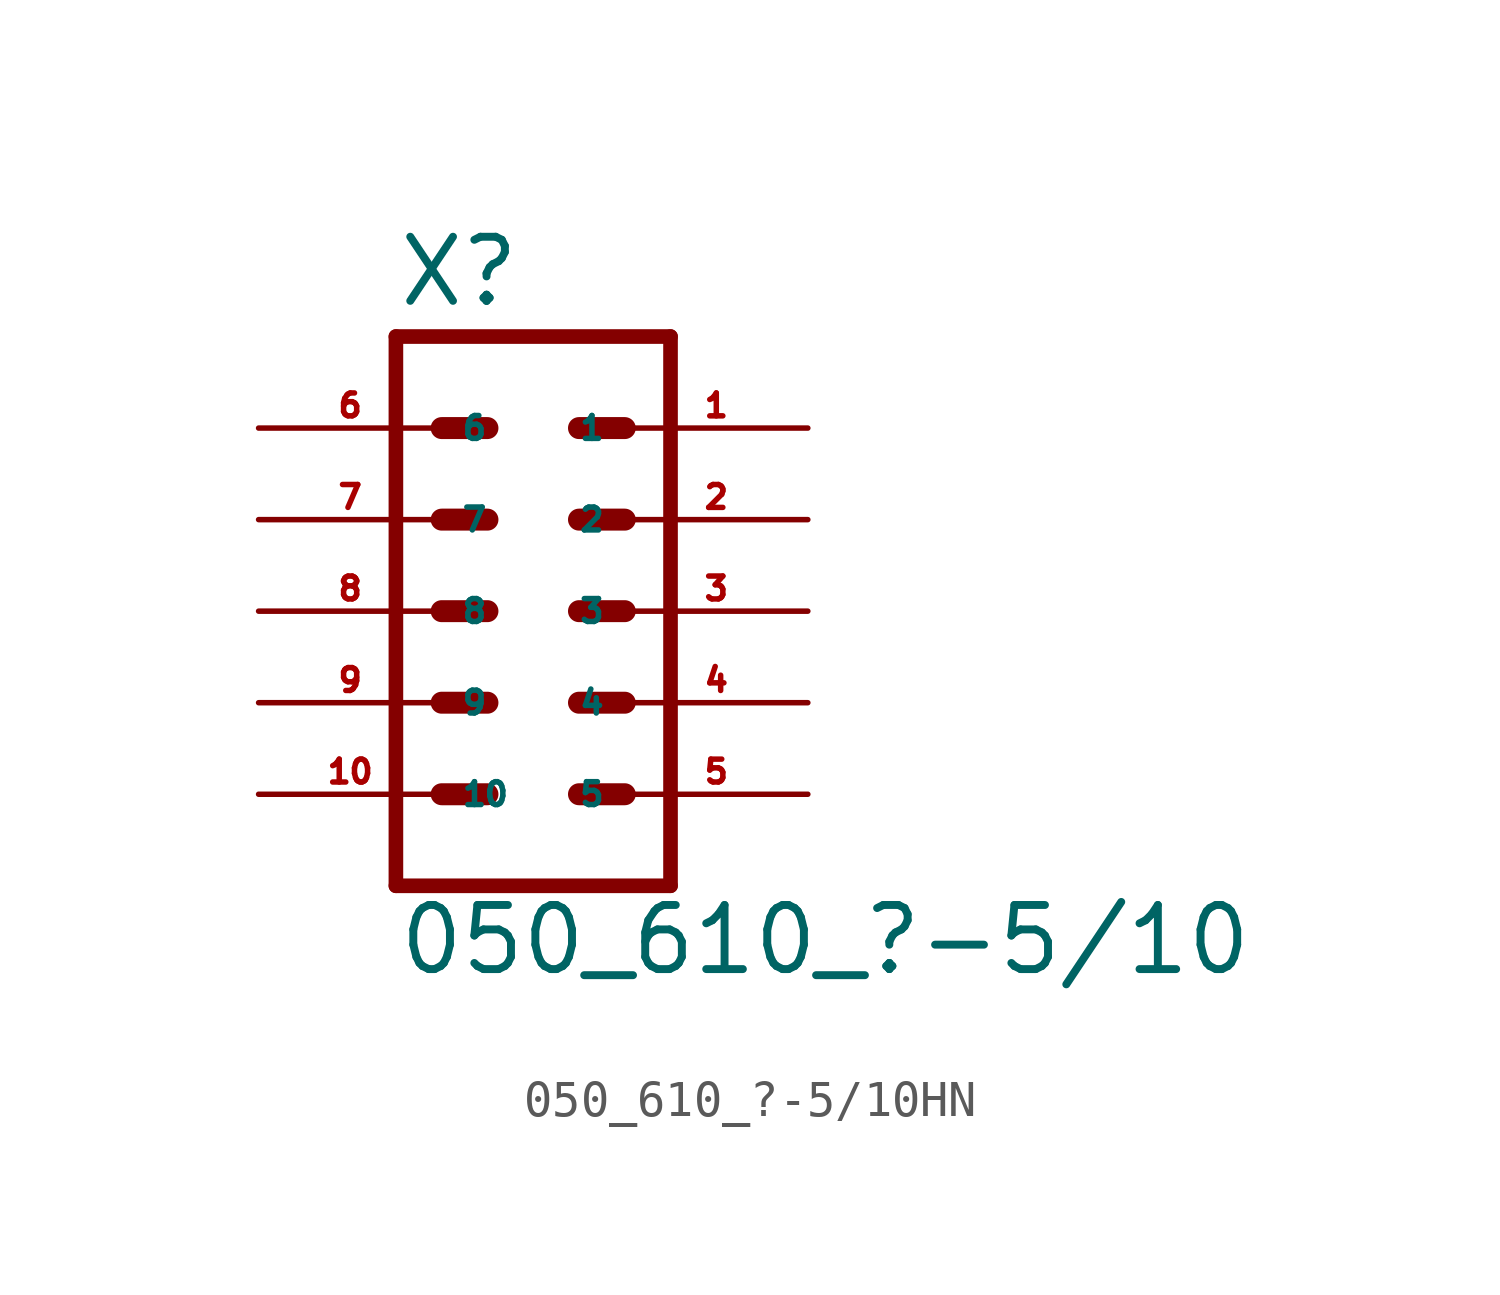
<source format=kicad_sym>
(kicad_symbol_lib
  (version 20220914)
  (generator Eagle2Kicad)
  (symbol "050_610_?-5/10HN"
    (property "Reference" "X"
      (at -3.81 8.382 0)
      (effects (font (size 1.778 1.778) (thickness 0.22)) (justify left bottom)))
    (property "Value" "050_610_?-5/10"
      (at -3.81 -10.16 0)
      (effects (font (size 1.778 1.778) (thickness 0.22)) (justify left bottom)))
    (polyline
      (pts (xy 3.81 -7.62) (xy -3.81 -7.62))
      (stroke (width 0.406) (type default))
      (fill (type none)))
    (polyline
      (pts (xy -3.81 7.62) (xy -3.81 -7.62))
      (stroke (width 0.406) (type default))
      (fill (type none)))
    (polyline
      (pts (xy 3.81 -7.62) (xy 3.81 7.62))
      (stroke (width 0.406) (type default))
      (fill (type none)))
    (polyline
      (pts (xy -3.81 7.62) (xy 3.81 7.62))
      (stroke (width 0.406) (type default))
      (fill (type none)))
    (polyline
      (pts (xy 1.27 5.08) (xy 2.54 5.08))
      (stroke (width 0.61) (type default))
      (fill (type none)))
    (polyline
      (pts (xy 1.27 2.54) (xy 2.54 2.54))
      (stroke (width 0.61) (type default))
      (fill (type none)))
    (polyline
      (pts (xy 1.27 0) (xy 2.54 0))
      (stroke (width 0.61) (type default))
      (fill (type none)))
    (polyline
      (pts (xy 1.27 -2.54) (xy 2.54 -2.54))
      (stroke (width 0.61) (type default))
      (fill (type none)))
    (polyline
      (pts (xy 1.27 -5.08) (xy 2.54 -5.08))
      (stroke (width 0.61) (type default))
      (fill (type none)))
    (polyline
      (pts (xy -2.54 5.08) (xy -1.27 5.08))
      (stroke (width 0.61) (type default))
      (fill (type none)))
    (polyline
      (pts (xy -2.54 2.54) (xy -1.27 2.54))
      (stroke (width 0.61) (type default))
      (fill (type none)))
    (polyline
      (pts (xy -2.54 0) (xy -1.27 0))
      (stroke (width 0.61) (type default))
      (fill (type none)))
    (polyline
      (pts (xy -2.54 -2.54) (xy -1.27 -2.54))
      (stroke (width 0.61) (type default))
      (fill (type none)))
    (polyline
      (pts (xy -2.54 -5.08) (xy -1.27 -5.08))
      (stroke (width 0.61) (type default))
      (fill (type none)))
    (pin passive line
      (at 7.62 5.08 180)
      (length 5.08)
      (name "1" (effects (font (size 0.635 0.635) (thickness 0.08)) (justify left bottom)))
      (number "1" (effects (font (size 0.635 0.635) (thickness 0.08)) (justify left bottom))))
    (pin passive line
      (at 7.62 2.54 180)
      (length 5.08)
      (name "2" (effects (font (size 0.635 0.635) (thickness 0.08)) (justify left bottom)))
      (number "2" (effects (font (size 0.635 0.635) (thickness 0.08)) (justify left bottom))))
    (pin passive line
      (at 7.62 0 180)
      (length 5.08)
      (name "3" (effects (font (size 0.635 0.635) (thickness 0.08)) (justify left bottom)))
      (number "3" (effects (font (size 0.635 0.635) (thickness 0.08)) (justify left bottom))))
    (pin passive line
      (at 7.62 -2.54 180)
      (length 5.08)
      (name "4" (effects (font (size 0.635 0.635) (thickness 0.08)) (justify left bottom)))
      (number "4" (effects (font (size 0.635 0.635) (thickness 0.08)) (justify left bottom))))
    (pin passive line
      (at 7.62 -5.08 180)
      (length 5.08)
      (name "5" (effects (font (size 0.635 0.635) (thickness 0.08)) (justify left bottom)))
      (number "5" (effects (font (size 0.635 0.635) (thickness 0.08)) (justify left bottom))))
    (pin passive line
      (at -7.62 5.08 0)
      (length 5.08)
      (name "6" (effects (font (size 0.635 0.635) (thickness 0.08)) (justify left bottom)))
      (number "6" (effects (font (size 0.635 0.635) (thickness 0.08)) (justify left bottom))))
    (pin passive line
      (at -7.62 2.54 0)
      (length 5.08)
      (name "7" (effects (font (size 0.635 0.635) (thickness 0.08)) (justify left bottom)))
      (number "7" (effects (font (size 0.635 0.635) (thickness 0.08)) (justify left bottom))))
    (pin passive line
      (at -7.62 0 0)
      (length 5.08)
      (name "8" (effects (font (size 0.635 0.635) (thickness 0.08)) (justify left bottom)))
      (number "8" (effects (font (size 0.635 0.635) (thickness 0.08)) (justify left bottom))))
    (pin passive line
      (at -7.62 -2.54 0)
      (length 5.08)
      (name "9" (effects (font (size 0.635 0.635) (thickness 0.08)) (justify left bottom)))
      (number "9" (effects (font (size 0.635 0.635) (thickness 0.08)) (justify left bottom))))
    (pin passive line
      (at -7.62 -5.08 0)
      (length 5.08)
      (name "10" (effects (font (size 0.635 0.635) (thickness 0.08)) (justify left bottom)))
      (number "10" (effects (font (size 0.635 0.635) (thickness 0.08)) (justify left bottom))))))
</source>
